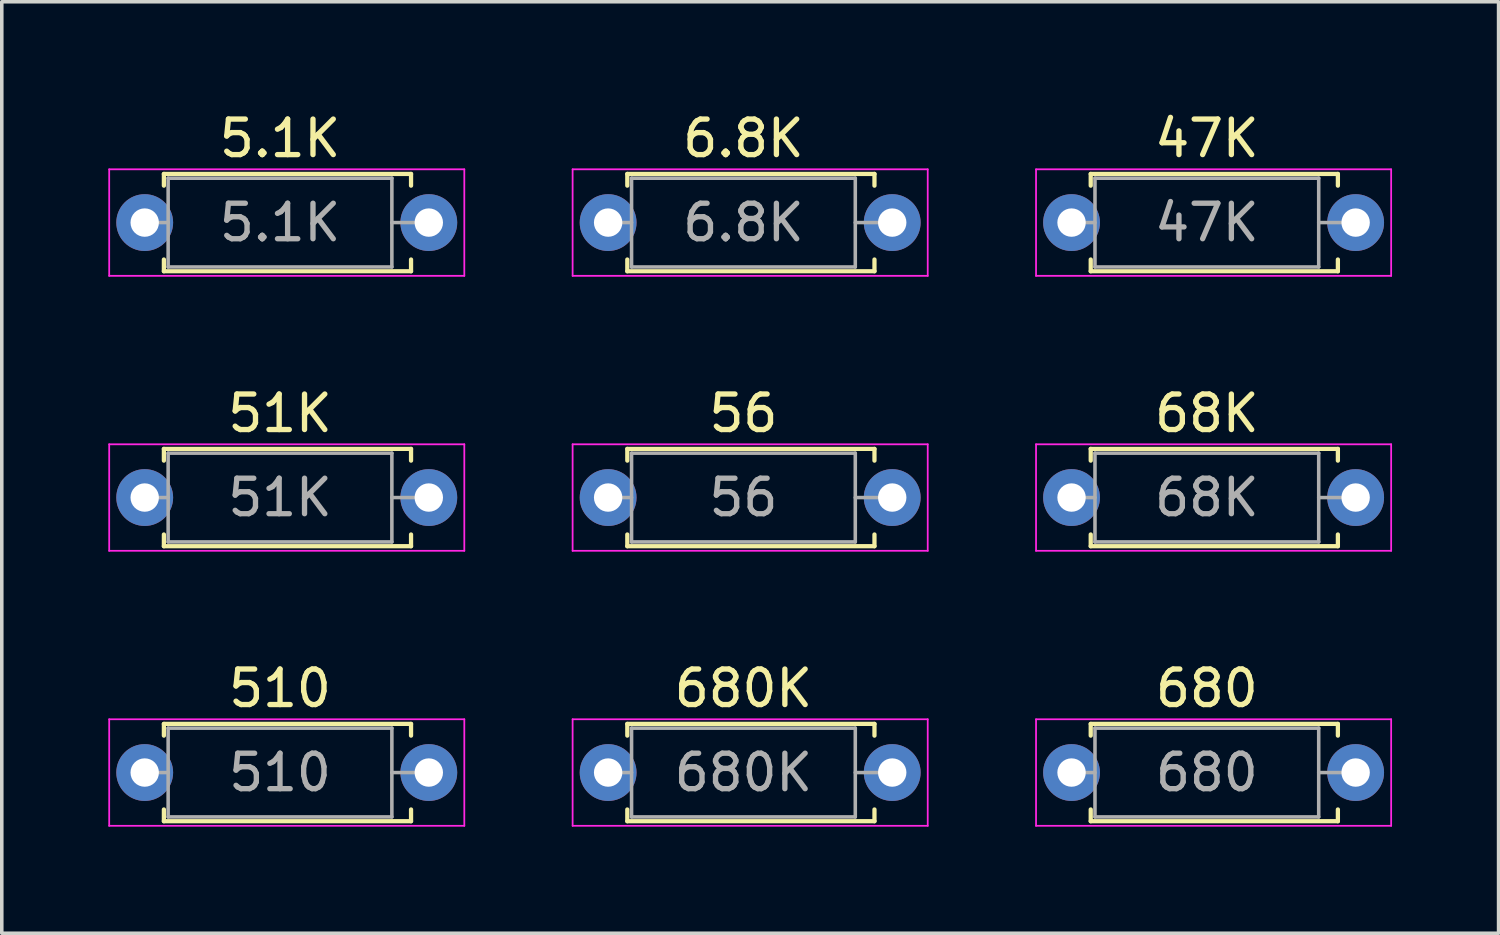
<source format=kicad_pcb>
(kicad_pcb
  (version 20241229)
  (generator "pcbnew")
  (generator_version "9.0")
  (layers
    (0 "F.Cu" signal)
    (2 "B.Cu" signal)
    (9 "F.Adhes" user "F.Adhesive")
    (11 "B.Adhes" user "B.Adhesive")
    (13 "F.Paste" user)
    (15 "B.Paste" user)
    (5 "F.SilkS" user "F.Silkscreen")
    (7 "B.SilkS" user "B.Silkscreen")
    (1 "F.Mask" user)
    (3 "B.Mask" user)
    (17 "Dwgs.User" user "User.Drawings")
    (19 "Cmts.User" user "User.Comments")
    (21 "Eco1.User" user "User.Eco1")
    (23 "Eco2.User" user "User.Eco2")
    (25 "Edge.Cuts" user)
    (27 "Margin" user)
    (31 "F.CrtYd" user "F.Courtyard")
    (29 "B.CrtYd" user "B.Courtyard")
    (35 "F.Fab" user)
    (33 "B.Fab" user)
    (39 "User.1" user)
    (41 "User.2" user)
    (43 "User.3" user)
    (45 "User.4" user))
  (footprint "51K"
    (layer "F.Cu")
    (at 1.025 10.961)
    (property "Reference" "51K" (at 3.81 -2.37 0) (layer "F.SilkS") (effects (font (size 1 1) (thickness 0.15))))
    (attr through_hole)
    (fp_line (start 0.54 -1.37) (end 7.5 -1.37) (stroke (width 0.12) (type solid)) (layer "F.SilkS"))
    (fp_line (start 0.54 -1.04) (end 0.54 -1.37) (stroke (width 0.12) (type solid)) (layer "F.SilkS"))
    (fp_line (start 0.54 1.04) (end 0.54 1.37) (stroke (width 0.12) (type solid)) (layer "F.SilkS"))
    (fp_line (start 0.54 1.37) (end 7.5 1.37) (stroke (width 0.12) (type solid)) (layer "F.SilkS"))
    (fp_line (start 7.5 -1.37) (end 7.5 -1.04) (stroke (width 0.12) (type solid)) (layer "F.SilkS"))
    (fp_line (start 7.5 1.37) (end 7.5 1.04) (stroke (width 0.12) (type solid)) (layer "F.SilkS"))
    (fp_line (start -1 -1.5) (end -1 1.5) (stroke (width 0.05) (type solid)) (layer "F.CrtYd"))
    (fp_line (start -1 1.5) (end 9 1.5) (stroke (width 0.05) (type solid)) (layer "F.CrtYd"))
    (fp_line (start 9 -1.5) (end -1 -1.5) (stroke (width 0.05) (type solid)) (layer "F.CrtYd"))
    (fp_line (start 9 1.5) (end 9 -1.5) (stroke (width 0.05) (type solid)) (layer "F.CrtYd"))
    (fp_line (start 0 0) (end 0.66 0) (stroke (width 0.1) (type solid)) (layer "F.Fab"))
    (fp_line (start 0.66 -1.25) (end 0.66 1.25) (stroke (width 0.1) (type solid)) (layer "F.Fab"))
    (fp_line (start 0.66 1.25) (end 6.96 1.25) (stroke (width 0.1) (type solid)) (layer "F.Fab"))
    (fp_line (start 6.96 -1.25) (end 0.66 -1.25) (stroke (width 0.1) (type solid)) (layer "F.Fab"))
    (fp_line (start 6.96 1.25) (end 6.96 -1.25) (stroke (width 0.1) (type solid)) (layer "F.Fab"))
    (fp_line (start 7.62 0) (end 6.96 0) (stroke (width 0.1) (type solid)) (layer "F.Fab"))
    (fp_text user "${REFERENCE}" (at 3.81 0 0) (layer "F.Fab") (effects (font (size 1 1) (thickness 0.15))))
    (pad "1" thru_hole circle (at 0 0) (size 1.6 1.6) (drill 0.8) (layers "*.Cu" "*.Mask"))
    (pad "2" thru_hole oval (at 8 0) (size 1.6 1.6) (drill 0.8) (layers "*.Cu" "*.Mask")))
  (footprint "56"
    (layer "F.Cu")
    (at 14.075 10.961)
    (property "Reference" "56" (at 3.81 -2.37 0) (layer "F.SilkS") (effects (font (size 1 1) (thickness 0.15))))
    (attr through_hole)
    (fp_line (start 0.54 -1.37) (end 7.5 -1.37) (stroke (width 0.12) (type solid)) (layer "F.SilkS"))
    (fp_line (start 0.54 -1.04) (end 0.54 -1.37) (stroke (width 0.12) (type solid)) (layer "F.SilkS"))
    (fp_line (start 0.54 1.04) (end 0.54 1.37) (stroke (width 0.12) (type solid)) (layer "F.SilkS"))
    (fp_line (start 0.54 1.37) (end 7.5 1.37) (stroke (width 0.12) (type solid)) (layer "F.SilkS"))
    (fp_line (start 7.5 -1.37) (end 7.5 -1.04) (stroke (width 0.12) (type solid)) (layer "F.SilkS"))
    (fp_line (start 7.5 1.37) (end 7.5 1.04) (stroke (width 0.12) (type solid)) (layer "F.SilkS"))
    (fp_line (start -1 -1.5) (end -1 1.5) (stroke (width 0.05) (type solid)) (layer "F.CrtYd"))
    (fp_line (start -1 1.5) (end 9 1.5) (stroke (width 0.05) (type solid)) (layer "F.CrtYd"))
    (fp_line (start 9 -1.5) (end -1 -1.5) (stroke (width 0.05) (type solid)) (layer "F.CrtYd"))
    (fp_line (start 9 1.5) (end 9 -1.5) (stroke (width 0.05) (type solid)) (layer "F.CrtYd"))
    (fp_line (start 0 0) (end 0.66 0) (stroke (width 0.1) (type solid)) (layer "F.Fab"))
    (fp_line (start 0.66 -1.25) (end 0.66 1.25) (stroke (width 0.1) (type solid)) (layer "F.Fab"))
    (fp_line (start 0.66 1.25) (end 6.96 1.25) (stroke (width 0.1) (type solid)) (layer "F.Fab"))
    (fp_line (start 6.96 -1.25) (end 0.66 -1.25) (stroke (width 0.1) (type solid)) (layer "F.Fab"))
    (fp_line (start 6.96 1.25) (end 6.96 -1.25) (stroke (width 0.1) (type solid)) (layer "F.Fab"))
    (fp_line (start 7.62 0) (end 6.96 0) (stroke (width 0.1) (type solid)) (layer "F.Fab"))
    (fp_text user "${REFERENCE}" (at 3.81 0 0) (layer "F.Fab") (effects (font (size 1 1) (thickness 0.15))))
    (pad "1" thru_hole circle (at 0 0) (size 1.6 1.6) (drill 0.8) (layers "*.Cu" "*.Mask"))
    (pad "2" thru_hole oval (at 8 0) (size 1.6 1.6) (drill 0.8) (layers "*.Cu" "*.Mask")))
  (footprint "68K"
    (layer "F.Cu")
    (at 27.125 10.961)
    (property "Reference" "68K" (at 3.81 -2.37 0) (layer "F.SilkS") (effects (font (size 1 1) (thickness 0.15))))
    (attr through_hole)
    (fp_line (start 0.54 -1.37) (end 7.5 -1.37) (stroke (width 0.12) (type solid)) (layer "F.SilkS"))
    (fp_line (start 0.54 -1.04) (end 0.54 -1.37) (stroke (width 0.12) (type solid)) (layer "F.SilkS"))
    (fp_line (start 0.54 1.04) (end 0.54 1.37) (stroke (width 0.12) (type solid)) (layer "F.SilkS"))
    (fp_line (start 0.54 1.37) (end 7.5 1.37) (stroke (width 0.12) (type solid)) (layer "F.SilkS"))
    (fp_line (start 7.5 -1.37) (end 7.5 -1.04) (stroke (width 0.12) (type solid)) (layer "F.SilkS"))
    (fp_line (start 7.5 1.37) (end 7.5 1.04) (stroke (width 0.12) (type solid)) (layer "F.SilkS"))
    (fp_line (start -1 -1.5) (end -1 1.5) (stroke (width 0.05) (type solid)) (layer "F.CrtYd"))
    (fp_line (start -1 1.5) (end 9 1.5) (stroke (width 0.05) (type solid)) (layer "F.CrtYd"))
    (fp_line (start 9 -1.5) (end -1 -1.5) (stroke (width 0.05) (type solid)) (layer "F.CrtYd"))
    (fp_line (start 9 1.5) (end 9 -1.5) (stroke (width 0.05) (type solid)) (layer "F.CrtYd"))
    (fp_line (start 0 0) (end 0.66 0) (stroke (width 0.1) (type solid)) (layer "F.Fab"))
    (fp_line (start 0.66 -1.25) (end 0.66 1.25) (stroke (width 0.1) (type solid)) (layer "F.Fab"))
    (fp_line (start 0.66 1.25) (end 6.96 1.25) (stroke (width 0.1) (type solid)) (layer "F.Fab"))
    (fp_line (start 6.96 -1.25) (end 0.66 -1.25) (stroke (width 0.1) (type solid)) (layer "F.Fab"))
    (fp_line (start 6.96 1.25) (end 6.96 -1.25) (stroke (width 0.1) (type solid)) (layer "F.Fab"))
    (fp_line (start 7.62 0) (end 6.96 0) (stroke (width 0.1) (type solid)) (layer "F.Fab"))
    (fp_text user "${REFERENCE}" (at 3.81 0 0) (layer "F.Fab") (effects (font (size 1 1) (thickness 0.15))))
    (pad "1" thru_hole circle (at 0 0) (size 1.6 1.6) (drill 0.8) (layers "*.Cu" "*.Mask"))
    (pad "2" thru_hole oval (at 8 0) (size 1.6 1.6) (drill 0.8) (layers "*.Cu" "*.Mask")))
  (footprint "6.8K"
    (layer "F.Cu")
    (at 14.075 3.218)
    (property "Reference" "6.8K" (at 3.81 -2.37 0) (layer "F.SilkS") (effects (font (size 1 1) (thickness 0.15))))
    (attr through_hole)
    (fp_line (start 0.54 -1.37) (end 7.5 -1.37) (stroke (width 0.12) (type solid)) (layer "F.SilkS"))
    (fp_line (start 0.54 -1.04) (end 0.54 -1.37) (stroke (width 0.12) (type solid)) (layer "F.SilkS"))
    (fp_line (start 0.54 1.04) (end 0.54 1.37) (stroke (width 0.12) (type solid)) (layer "F.SilkS"))
    (fp_line (start 0.54 1.37) (end 7.5 1.37) (stroke (width 0.12) (type solid)) (layer "F.SilkS"))
    (fp_line (start 7.5 -1.37) (end 7.5 -1.04) (stroke (width 0.12) (type solid)) (layer "F.SilkS"))
    (fp_line (start 7.5 1.37) (end 7.5 1.04) (stroke (width 0.12) (type solid)) (layer "F.SilkS"))
    (fp_line (start -1 -1.5) (end -1 1.5) (stroke (width 0.05) (type solid)) (layer "F.CrtYd"))
    (fp_line (start -1 1.5) (end 9 1.5) (stroke (width 0.05) (type solid)) (layer "F.CrtYd"))
    (fp_line (start 9 -1.5) (end -1 -1.5) (stroke (width 0.05) (type solid)) (layer "F.CrtYd"))
    (fp_line (start 9 1.5) (end 9 -1.5) (stroke (width 0.05) (type solid)) (layer "F.CrtYd"))
    (fp_line (start 0 0) (end 0.66 0) (stroke (width 0.1) (type solid)) (layer "F.Fab"))
    (fp_line (start 0.66 -1.25) (end 0.66 1.25) (stroke (width 0.1) (type solid)) (layer "F.Fab"))
    (fp_line (start 0.66 1.25) (end 6.96 1.25) (stroke (width 0.1) (type solid)) (layer "F.Fab"))
    (fp_line (start 6.96 -1.25) (end 0.66 -1.25) (stroke (width 0.1) (type solid)) (layer "F.Fab"))
    (fp_line (start 6.96 1.25) (end 6.96 -1.25) (stroke (width 0.1) (type solid)) (layer "F.Fab"))
    (fp_line (start 7.62 0) (end 6.96 0) (stroke (width 0.1) (type solid)) (layer "F.Fab"))
    (fp_text user "${REFERENCE}" (at 3.81 0 0) (layer "F.Fab") (effects (font (size 1 1) (thickness 0.15))))
    (pad "1" thru_hole circle (at 0 0) (size 1.6 1.6) (drill 0.8) (layers "*.Cu" "*.Mask"))
    (pad "2" thru_hole oval (at 8 0) (size 1.6 1.6) (drill 0.8) (layers "*.Cu" "*.Mask")))
  (footprint "47K"
    (layer "F.Cu")
    (at 27.125 3.218)
    (property "Reference" "47K" (at 3.81 -2.37 0) (layer "F.SilkS") (effects (font (size 1 1) (thickness 0.15))))
    (attr through_hole)
    (fp_line (start 0.54 -1.37) (end 7.5 -1.37) (stroke (width 0.12) (type solid)) (layer "F.SilkS"))
    (fp_line (start 0.54 -1.04) (end 0.54 -1.37) (stroke (width 0.12) (type solid)) (layer "F.SilkS"))
    (fp_line (start 0.54 1.04) (end 0.54 1.37) (stroke (width 0.12) (type solid)) (layer "F.SilkS"))
    (fp_line (start 0.54 1.37) (end 7.5 1.37) (stroke (width 0.12) (type solid)) (layer "F.SilkS"))
    (fp_line (start 7.5 -1.37) (end 7.5 -1.04) (stroke (width 0.12) (type solid)) (layer "F.SilkS"))
    (fp_line (start 7.5 1.37) (end 7.5 1.04) (stroke (width 0.12) (type solid)) (layer "F.SilkS"))
    (fp_line (start -1 -1.5) (end -1 1.5) (stroke (width 0.05) (type solid)) (layer "F.CrtYd"))
    (fp_line (start -1 1.5) (end 9 1.5) (stroke (width 0.05) (type solid)) (layer "F.CrtYd"))
    (fp_line (start 9 -1.5) (end -1 -1.5) (stroke (width 0.05) (type solid)) (layer "F.CrtYd"))
    (fp_line (start 9 1.5) (end 9 -1.5) (stroke (width 0.05) (type solid)) (layer "F.CrtYd"))
    (fp_line (start 0 0) (end 0.66 0) (stroke (width 0.1) (type solid)) (layer "F.Fab"))
    (fp_line (start 0.66 -1.25) (end 0.66 1.25) (stroke (width 0.1) (type solid)) (layer "F.Fab"))
    (fp_line (start 0.66 1.25) (end 6.96 1.25) (stroke (width 0.1) (type solid)) (layer "F.Fab"))
    (fp_line (start 6.96 -1.25) (end 0.66 -1.25) (stroke (width 0.1) (type solid)) (layer "F.Fab"))
    (fp_line (start 6.96 1.25) (end 6.96 -1.25) (stroke (width 0.1) (type solid)) (layer "F.Fab"))
    (fp_line (start 7.62 0) (end 6.96 0) (stroke (width 0.1) (type solid)) (layer "F.Fab"))
    (fp_text user "${REFERENCE}" (at 3.81 0 0) (layer "F.Fab") (effects (font (size 1 1) (thickness 0.15))))
    (pad "1" thru_hole circle (at 0 0) (size 1.6 1.6) (drill 0.8) (layers "*.Cu" "*.Mask"))
    (pad "2" thru_hole oval (at 8 0) (size 1.6 1.6) (drill 0.8) (layers "*.Cu" "*.Mask")))
  (footprint "510"
    (layer "F.Cu")
    (at 1.025 18.705)
    (property "Reference" "510" (at 3.81 -2.37 0) (layer "F.SilkS") (effects (font (size 1 1) (thickness 0.15))))
    (attr through_hole)
    (fp_line (start 0.54 -1.37) (end 7.5 -1.37) (stroke (width 0.12) (type solid)) (layer "F.SilkS"))
    (fp_line (start 0.54 -1.04) (end 0.54 -1.37) (stroke (width 0.12) (type solid)) (layer "F.SilkS"))
    (fp_line (start 0.54 1.04) (end 0.54 1.37) (stroke (width 0.12) (type solid)) (layer "F.SilkS"))
    (fp_line (start 0.54 1.37) (end 7.5 1.37) (stroke (width 0.12) (type solid)) (layer "F.SilkS"))
    (fp_line (start 7.5 -1.37) (end 7.5 -1.04) (stroke (width 0.12) (type solid)) (layer "F.SilkS"))
    (fp_line (start 7.5 1.37) (end 7.5 1.04) (stroke (width 0.12) (type solid)) (layer "F.SilkS"))
    (fp_line (start -1 -1.5) (end -1 1.5) (stroke (width 0.05) (type solid)) (layer "F.CrtYd"))
    (fp_line (start -1 1.5) (end 9 1.5) (stroke (width 0.05) (type solid)) (layer "F.CrtYd"))
    (fp_line (start 9 -1.5) (end -1 -1.5) (stroke (width 0.05) (type solid)) (layer "F.CrtYd"))
    (fp_line (start 9 1.5) (end 9 -1.5) (stroke (width 0.05) (type solid)) (layer "F.CrtYd"))
    (fp_line (start 0 0) (end 0.66 0) (stroke (width 0.1) (type solid)) (layer "F.Fab"))
    (fp_line (start 0.66 -1.25) (end 0.66 1.25) (stroke (width 0.1) (type solid)) (layer "F.Fab"))
    (fp_line (start 0.66 1.25) (end 6.96 1.25) (stroke (width 0.1) (type solid)) (layer "F.Fab"))
    (fp_line (start 6.96 -1.25) (end 0.66 -1.25) (stroke (width 0.1) (type solid)) (layer "F.Fab"))
    (fp_line (start 6.96 1.25) (end 6.96 -1.25) (stroke (width 0.1) (type solid)) (layer "F.Fab"))
    (fp_line (start 7.62 0) (end 6.96 0) (stroke (width 0.1) (type solid)) (layer "F.Fab"))
    (fp_text user "${REFERENCE}" (at 3.81 0 0) (layer "F.Fab") (effects (font (size 1 1) (thickness 0.15))))
    (pad "1" thru_hole circle (at 0 0) (size 1.6 1.6) (drill 0.8) (layers "*.Cu" "*.Mask"))
    (pad "2" thru_hole oval (at 8 0) (size 1.6 1.6) (drill 0.8) (layers "*.Cu" "*.Mask")))
  (footprint "5.1K"
    (layer "F.Cu")
    (at 1.025 3.218)
    (property "Reference" "5.1K" (at 3.81 -2.37 0) (layer "F.SilkS") (effects (font (size 1 1) (thickness 0.15))))
    (attr through_hole)
    (fp_line (start 0.54 -1.37) (end 7.5 -1.37) (stroke (width 0.12) (type solid)) (layer "F.SilkS"))
    (fp_line (start 0.54 -1.04) (end 0.54 -1.37) (stroke (width 0.12) (type solid)) (layer "F.SilkS"))
    (fp_line (start 0.54 1.04) (end 0.54 1.37) (stroke (width 0.12) (type solid)) (layer "F.SilkS"))
    (fp_line (start 0.54 1.37) (end 7.5 1.37) (stroke (width 0.12) (type solid)) (layer "F.SilkS"))
    (fp_line (start 7.5 -1.37) (end 7.5 -1.04) (stroke (width 0.12) (type solid)) (layer "F.SilkS"))
    (fp_line (start 7.5 1.37) (end 7.5 1.04) (stroke (width 0.12) (type solid)) (layer "F.SilkS"))
    (fp_line (start -1 -1.5) (end -1 1.5) (stroke (width 0.05) (type solid)) (layer "F.CrtYd"))
    (fp_line (start -1 1.5) (end 9 1.5) (stroke (width 0.05) (type solid)) (layer "F.CrtYd"))
    (fp_line (start 9 -1.5) (end -1 -1.5) (stroke (width 0.05) (type solid)) (layer "F.CrtYd"))
    (fp_line (start 9 1.5) (end 9 -1.5) (stroke (width 0.05) (type solid)) (layer "F.CrtYd"))
    (fp_line (start 0 0) (end 0.66 0) (stroke (width 0.1) (type solid)) (layer "F.Fab"))
    (fp_line (start 0.66 -1.25) (end 0.66 1.25) (stroke (width 0.1) (type solid)) (layer "F.Fab"))
    (fp_line (start 0.66 1.25) (end 6.96 1.25) (stroke (width 0.1) (type solid)) (layer "F.Fab"))
    (fp_line (start 6.96 -1.25) (end 0.66 -1.25) (stroke (width 0.1) (type solid)) (layer "F.Fab"))
    (fp_line (start 6.96 1.25) (end 6.96 -1.25) (stroke (width 0.1) (type solid)) (layer "F.Fab"))
    (fp_line (start 7.62 0) (end 6.96 0) (stroke (width 0.1) (type solid)) (layer "F.Fab"))
    (fp_text user "${REFERENCE}" (at 3.81 0 0) (layer "F.Fab") (effects (font (size 1 1) (thickness 0.15))))
    (pad "1" thru_hole circle (at 0 0) (size 1.6 1.6) (drill 0.8) (layers "*.Cu" "*.Mask"))
    (pad "2" thru_hole oval (at 8 0) (size 1.6 1.6) (drill 0.8) (layers "*.Cu" "*.Mask")))
  (footprint "680"
    (layer "F.Cu")
    (at 27.125 18.705)
    (property "Reference" "680" (at 3.81 -2.37 0) (layer "F.SilkS") (effects (font (size 1 1) (thickness 0.15))))
    (attr through_hole)
    (fp_line (start 0.54 -1.37) (end 7.5 -1.37) (stroke (width 0.12) (type solid)) (layer "F.SilkS"))
    (fp_line (start 0.54 -1.04) (end 0.54 -1.37) (stroke (width 0.12) (type solid)) (layer "F.SilkS"))
    (fp_line (start 0.54 1.04) (end 0.54 1.37) (stroke (width 0.12) (type solid)) (layer "F.SilkS"))
    (fp_line (start 0.54 1.37) (end 7.5 1.37) (stroke (width 0.12) (type solid)) (layer "F.SilkS"))
    (fp_line (start 7.5 -1.37) (end 7.5 -1.04) (stroke (width 0.12) (type solid)) (layer "F.SilkS"))
    (fp_line (start 7.5 1.37) (end 7.5 1.04) (stroke (width 0.12) (type solid)) (layer "F.SilkS"))
    (fp_line (start -1 -1.5) (end -1 1.5) (stroke (width 0.05) (type solid)) (layer "F.CrtYd"))
    (fp_line (start -1 1.5) (end 9 1.5) (stroke (width 0.05) (type solid)) (layer "F.CrtYd"))
    (fp_line (start 9 -1.5) (end -1 -1.5) (stroke (width 0.05) (type solid)) (layer "F.CrtYd"))
    (fp_line (start 9 1.5) (end 9 -1.5) (stroke (width 0.05) (type solid)) (layer "F.CrtYd"))
    (fp_line (start 0 0) (end 0.66 0) (stroke (width 0.1) (type solid)) (layer "F.Fab"))
    (fp_line (start 0.66 -1.25) (end 0.66 1.25) (stroke (width 0.1) (type solid)) (layer "F.Fab"))
    (fp_line (start 0.66 1.25) (end 6.96 1.25) (stroke (width 0.1) (type solid)) (layer "F.Fab"))
    (fp_line (start 6.96 -1.25) (end 0.66 -1.25) (stroke (width 0.1) (type solid)) (layer "F.Fab"))
    (fp_line (start 6.96 1.25) (end 6.96 -1.25) (stroke (width 0.1) (type solid)) (layer "F.Fab"))
    (fp_line (start 7.62 0) (end 6.96 0) (stroke (width 0.1) (type solid)) (layer "F.Fab"))
    (fp_text user "${REFERENCE}" (at 3.81 0 0) (layer "F.Fab") (effects (font (size 1 1) (thickness 0.15))))
    (pad "1" thru_hole circle (at 0 0) (size 1.6 1.6) (drill 0.8) (layers "*.Cu" "*.Mask"))
    (pad "2" thru_hole oval (at 8 0) (size 1.6 1.6) (drill 0.8) (layers "*.Cu" "*.Mask")))
  (footprint "680K"
    (layer "F.Cu")
    (at 14.075 18.705)
    (property "Reference" "680K" (at 3.81 -2.37 0) (layer "F.SilkS") (effects (font (size 1 1) (thickness 0.15))))
    (attr through_hole)
    (fp_line (start 0.54 -1.37) (end 7.5 -1.37) (stroke (width 0.12) (type solid)) (layer "F.SilkS"))
    (fp_line (start 0.54 -1.04) (end 0.54 -1.37) (stroke (width 0.12) (type solid)) (layer "F.SilkS"))
    (fp_line (start 0.54 1.04) (end 0.54 1.37) (stroke (width 0.12) (type solid)) (layer "F.SilkS"))
    (fp_line (start 0.54 1.37) (end 7.5 1.37) (stroke (width 0.12) (type solid)) (layer "F.SilkS"))
    (fp_line (start 7.5 -1.37) (end 7.5 -1.04) (stroke (width 0.12) (type solid)) (layer "F.SilkS"))
    (fp_line (start 7.5 1.37) (end 7.5 1.04) (stroke (width 0.12) (type solid)) (layer "F.SilkS"))
    (fp_line (start -1 -1.5) (end -1 1.5) (stroke (width 0.05) (type solid)) (layer "F.CrtYd"))
    (fp_line (start -1 1.5) (end 9 1.5) (stroke (width 0.05) (type solid)) (layer "F.CrtYd"))
    (fp_line (start 9 -1.5) (end -1 -1.5) (stroke (width 0.05) (type solid)) (layer "F.CrtYd"))
    (fp_line (start 9 1.5) (end 9 -1.5) (stroke (width 0.05) (type solid)) (layer "F.CrtYd"))
    (fp_line (start 0 0) (end 0.66 0) (stroke (width 0.1) (type solid)) (layer "F.Fab"))
    (fp_line (start 0.66 -1.25) (end 0.66 1.25) (stroke (width 0.1) (type solid)) (layer "F.Fab"))
    (fp_line (start 0.66 1.25) (end 6.96 1.25) (stroke (width 0.1) (type solid)) (layer "F.Fab"))
    (fp_line (start 6.96 -1.25) (end 0.66 -1.25) (stroke (width 0.1) (type solid)) (layer "F.Fab"))
    (fp_line (start 6.96 1.25) (end 6.96 -1.25) (stroke (width 0.1) (type solid)) (layer "F.Fab"))
    (fp_line (start 7.62 0) (end 6.96 0) (stroke (width 0.1) (type solid)) (layer "F.Fab"))
    (fp_text user "${REFERENCE}" (at 3.81 0 0) (layer "F.Fab") (effects (font (size 1 1) (thickness 0.15))))
    (pad "1" thru_hole circle (at 0 0) (size 1.6 1.6) (drill 0.8) (layers "*.Cu" "*.Mask"))
    (pad "2" thru_hole oval (at 8 0) (size 1.6 1.6) (drill 0.8) (layers "*.Cu" "*.Mask")))
  (gr_rect
    (start -3 -3)
    (end 39.15 23.23)
    (stroke (width 0.1) (type default))
    (fill no)
    (layer "Edge.Cuts")))
</source>
